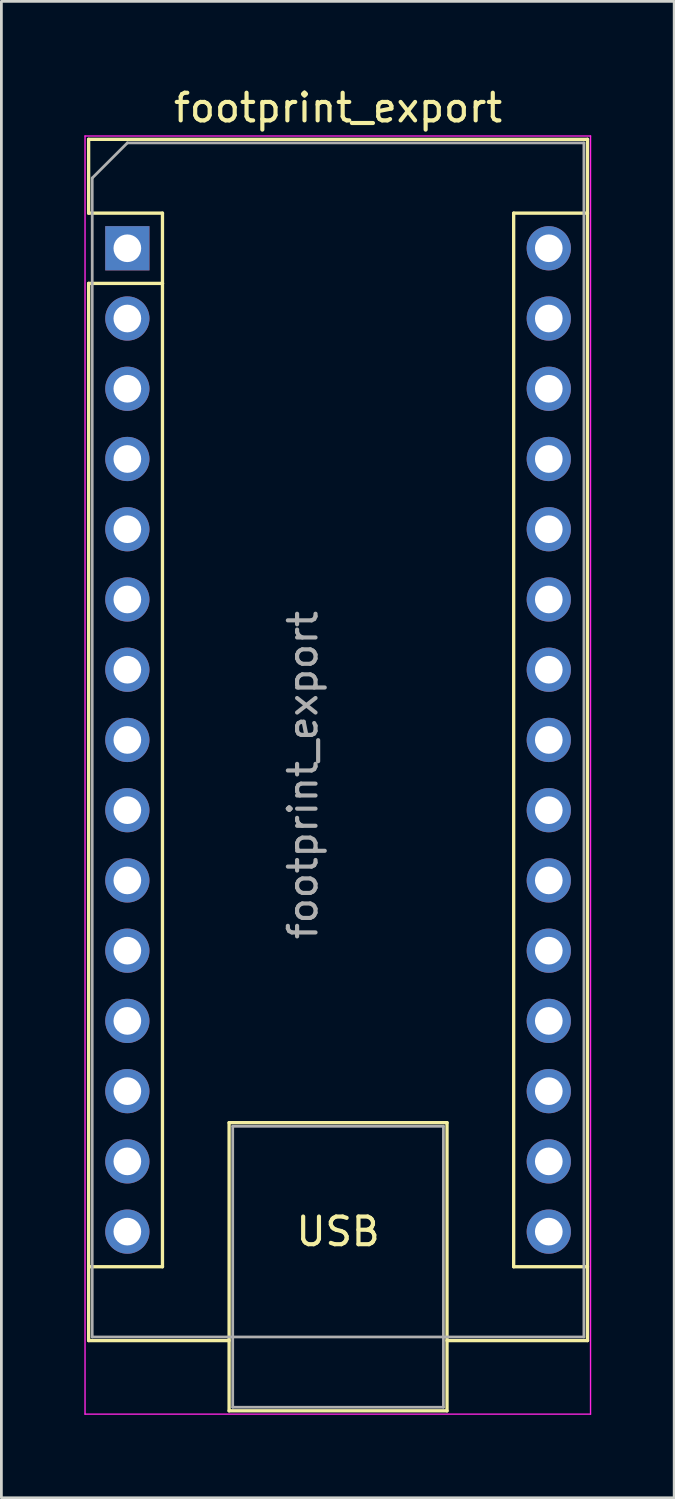
<source format=kicad_pcb>
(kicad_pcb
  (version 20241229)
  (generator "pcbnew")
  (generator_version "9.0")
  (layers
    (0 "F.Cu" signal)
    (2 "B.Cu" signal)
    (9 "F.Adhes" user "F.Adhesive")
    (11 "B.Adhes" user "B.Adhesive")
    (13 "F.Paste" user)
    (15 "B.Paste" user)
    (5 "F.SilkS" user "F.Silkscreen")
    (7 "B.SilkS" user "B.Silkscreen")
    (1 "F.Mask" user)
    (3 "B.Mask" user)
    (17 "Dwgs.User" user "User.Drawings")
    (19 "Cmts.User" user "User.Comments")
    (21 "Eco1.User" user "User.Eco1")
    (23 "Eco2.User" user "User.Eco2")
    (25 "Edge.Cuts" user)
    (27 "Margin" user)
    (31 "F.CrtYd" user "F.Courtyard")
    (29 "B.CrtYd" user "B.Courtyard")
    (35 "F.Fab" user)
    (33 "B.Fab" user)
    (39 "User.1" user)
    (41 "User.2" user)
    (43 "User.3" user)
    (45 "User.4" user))
  (footprint "footprint_export"
    (layer "F.Cu")
    (at 1.555 5.928)
    (property "Reference" "footprint_export" (at 7.62 -5.08 0) (layer "F.SilkS") (effects (font (size 1 1) (thickness 0.15))))
    (attr through_hole)
    (fp_line (start -1.4 -3.94) (end -1.4 -1.27) (stroke (width 0.12) (type solid)) (layer "F.SilkS"))
    (fp_line (start -1.4 1.27) (end -1.4 39.5) (stroke (width 0.12) (type solid)) (layer "F.SilkS"))
    (fp_line (start -1.4 39.5) (end 3.68 39.5) (stroke (width 0.12) (type solid)) (layer "F.SilkS"))
    (fp_line (start 1.27 -1.27) (end -1.4 -1.27) (stroke (width 0.12) (type solid)) (layer "F.SilkS"))
    (fp_line (start 1.27 1.27) (end -1.4 1.27) (stroke (width 0.12) (type solid)) (layer "F.SilkS"))
    (fp_line (start 1.27 1.27) (end 1.27 -1.27) (stroke (width 0.12) (type solid)) (layer "F.SilkS"))
    (fp_line (start 1.27 1.27) (end 1.27 36.83) (stroke (width 0.12) (type solid)) (layer "F.SilkS"))
    (fp_line (start 1.27 36.83) (end -1.4 36.83) (stroke (width 0.12) (type solid)) (layer "F.SilkS"))
    (fp_line (start 3.68 31.62) (end 11.56 31.62) (stroke (width 0.12) (type solid)) (layer "F.SilkS"))
    (fp_line (start 3.68 42.04) (end 3.68 31.62) (stroke (width 0.12) (type solid)) (layer "F.SilkS"))
    (fp_line (start 11.56 31.62) (end 11.56 42.04) (stroke (width 0.12) (type solid)) (layer "F.SilkS"))
    (fp_line (start 11.56 42.04) (end 3.68 42.04) (stroke (width 0.12) (type solid)) (layer "F.SilkS"))
    (fp_line (start 13.97 -1.27) (end 13.97 36.83) (stroke (width 0.12) (type solid)) (layer "F.SilkS"))
    (fp_line (start 13.97 -1.27) (end 16.64 -1.27) (stroke (width 0.12) (type solid)) (layer "F.SilkS"))
    (fp_line (start 13.97 36.83) (end 16.64 36.83) (stroke (width 0.12) (type solid)) (layer "F.SilkS"))
    (fp_line (start 16.64 -3.94) (end -1.4 -3.94) (stroke (width 0.12) (type solid)) (layer "F.SilkS"))
    (fp_line (start 16.64 39.5) (end 11.56 39.5) (stroke (width 0.12) (type solid)) (layer "F.SilkS"))
    (fp_line (start 16.64 39.5) (end 16.64 -3.94) (stroke (width 0.12) (type solid)) (layer "F.SilkS"))
    (fp_line (start -1.53 -4.06) (end -1.53 42.16) (stroke (width 0.05) (type solid)) (layer "F.CrtYd"))
    (fp_line (start -1.53 -4.06) (end 16.75 -4.06) (stroke (width 0.05) (type solid)) (layer "F.CrtYd"))
    (fp_line (start 16.75 42.16) (end -1.53 42.16) (stroke (width 0.05) (type solid)) (layer "F.CrtYd"))
    (fp_line (start 16.75 42.16) (end 16.75 -4.06) (stroke (width 0.05) (type solid)) (layer "F.CrtYd"))
    (fp_line (start -1.27 -2.54) (end 0 -3.81) (stroke (width 0.1) (type solid)) (layer "F.Fab"))
    (fp_line (start -1.27 39.37) (end -1.27 -2.54) (stroke (width 0.1) (type solid)) (layer "F.Fab"))
    (fp_line (start 0 -3.81) (end 16.51 -3.81) (stroke (width 0.1) (type solid)) (layer "F.Fab"))
    (fp_line (start 3.81 31.75) (end 11.43 31.75) (stroke (width 0.1) (type solid)) (layer "F.Fab"))
    (fp_line (start 3.81 41.91) (end 3.81 31.75) (stroke (width 0.1) (type solid)) (layer "F.Fab"))
    (fp_line (start 11.43 31.75) (end 11.43 41.91) (stroke (width 0.1) (type solid)) (layer "F.Fab"))
    (fp_line (start 11.43 41.91) (end 3.81 41.91) (stroke (width 0.1) (type solid)) (layer "F.Fab"))
    (fp_line (start 16.51 -3.81) (end 16.51 39.37) (stroke (width 0.1) (type solid)) (layer "F.Fab"))
    (fp_line (start 16.51 39.37) (end -1.27 39.37) (stroke (width 0.1) (type solid)) (layer "F.Fab"))
    (fp_text user "USB" (at 7.62 35.56 0) (unlocked yes) (layer "F.SilkS") (effects (font (size 1 1) (thickness 0.15))))
    (fp_text user "${REFERENCE}" (at 6.35 19.05 90) (layer "F.Fab") (effects (font (size 1 1) (thickness 0.15))))
    (pad "1" thru_hole rect (at 0 0) (size 1.6 1.6) (drill 1) (layers "*.Cu" "*.Mask"))
    (pad "2" thru_hole oval (at 0 2.54) (size 1.6 1.6) (drill 1) (layers "*.Cu" "*.Mask"))
    (pad "3" thru_hole oval (at 0 5.08) (size 1.6 1.6) (drill 1) (layers "*.Cu" "*.Mask"))
    (pad "4" thru_hole oval (at 0 7.62) (size 1.6 1.6) (drill 1) (layers "*.Cu" "*.Mask"))
    (pad "5" thru_hole oval (at 0 10.16) (size 1.6 1.6) (drill 1) (layers "*.Cu" "*.Mask"))
    (pad "6" thru_hole oval (at 0 12.7) (size 1.6 1.6) (drill 1) (layers "*.Cu" "*.Mask"))
    (pad "7" thru_hole oval (at 0 15.24) (size 1.6 1.6) (drill 1) (layers "*.Cu" "*.Mask"))
    (pad "8" thru_hole oval (at 0 17.78) (size 1.6 1.6) (drill 1) (layers "*.Cu" "*.Mask"))
    (pad "9" thru_hole oval (at 0 20.32) (size 1.6 1.6) (drill 1) (layers "*.Cu" "*.Mask"))
    (pad "10" thru_hole oval (at 0 22.86) (size 1.6 1.6) (drill 1) (layers "*.Cu" "*.Mask"))
    (pad "11" thru_hole oval (at 0 25.4) (size 1.6 1.6) (drill 1) (layers "*.Cu" "*.Mask"))
    (pad "12" thru_hole oval (at 0 27.94) (size 1.6 1.6) (drill 1) (layers "*.Cu" "*.Mask"))
    (pad "13" thru_hole oval (at 0 30.48) (size 1.6 1.6) (drill 1) (layers "*.Cu" "*.Mask"))
    (pad "14" thru_hole oval (at 0 33.02) (size 1.6 1.6) (drill 1) (layers "*.Cu" "*.Mask"))
    (pad "15" thru_hole oval (at 0 35.56) (size 1.6 1.6) (drill 1) (layers "*.Cu" "*.Mask"))
    (pad "16" thru_hole oval (at 15.24 35.56) (size 1.6 1.6) (drill 1) (layers "*.Cu" "*.Mask"))
    (pad "17" thru_hole oval (at 15.24 33.02) (size 1.6 1.6) (drill 1) (layers "*.Cu" "*.Mask"))
    (pad "18" thru_hole oval (at 15.24 30.48) (size 1.6 1.6) (drill 1) (layers "*.Cu" "*.Mask"))
    (pad "19" thru_hole oval (at 15.24 27.94) (size 1.6 1.6) (drill 1) (layers "*.Cu" "*.Mask"))
    (pad "20" thru_hole oval (at 15.24 25.4) (size 1.6 1.6) (drill 1) (layers "*.Cu" "*.Mask"))
    (pad "21" thru_hole oval (at 15.24 22.86) (size 1.6 1.6) (drill 1) (layers "*.Cu" "*.Mask"))
    (pad "22" thru_hole oval (at 15.24 20.32) (size 1.6 1.6) (drill 1) (layers "*.Cu" "*.Mask"))
    (pad "23" thru_hole oval (at 15.24 17.78) (size 1.6 1.6) (drill 1) (layers "*.Cu" "*.Mask"))
    (pad "24" thru_hole oval (at 15.24 15.24) (size 1.6 1.6) (drill 1) (layers "*.Cu" "*.Mask"))
    (pad "25" thru_hole oval (at 15.24 12.7) (size 1.6 1.6) (drill 1) (layers "*.Cu" "*.Mask"))
    (pad "26" thru_hole oval (at 15.24 10.16) (size 1.6 1.6) (drill 1) (layers "*.Cu" "*.Mask"))
    (pad "27" thru_hole oval (at 15.24 7.62) (size 1.6 1.6) (drill 1) (layers "*.Cu" "*.Mask"))
    (pad "28" thru_hole oval (at 15.24 5.08) (size 1.6 1.6) (drill 1) (layers "*.Cu" "*.Mask"))
    (pad "29" thru_hole oval (at 15.24 2.54) (size 1.6 1.6) (drill 1) (layers "*.Cu" "*.Mask"))
    (pad "30" thru_hole oval (at 15.24 0) (size 1.6 1.6) (drill 1) (layers "*.Cu" "*.Mask")))
  (gr_rect
    (start -3 -3)
    (end 21.33 51.113)
    (stroke (width 0.1) (type default))
    (fill no)
    (layer "Edge.Cuts")))
</source>
